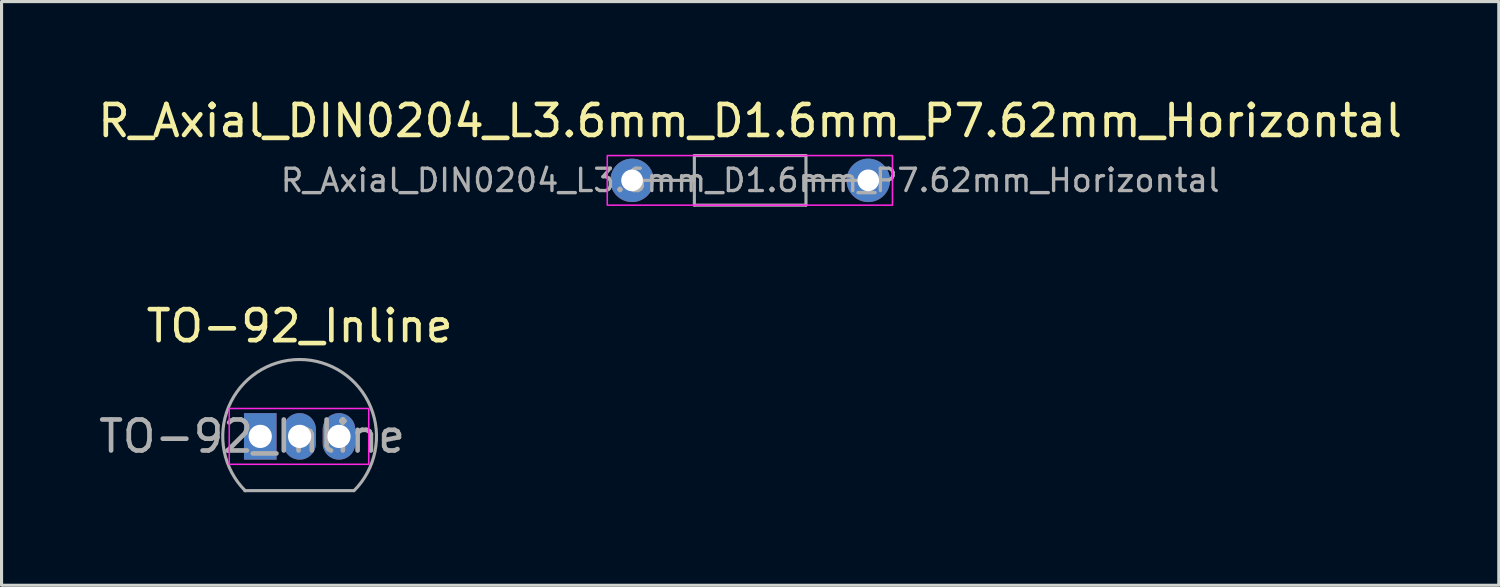
<source format=kicad_pcb>
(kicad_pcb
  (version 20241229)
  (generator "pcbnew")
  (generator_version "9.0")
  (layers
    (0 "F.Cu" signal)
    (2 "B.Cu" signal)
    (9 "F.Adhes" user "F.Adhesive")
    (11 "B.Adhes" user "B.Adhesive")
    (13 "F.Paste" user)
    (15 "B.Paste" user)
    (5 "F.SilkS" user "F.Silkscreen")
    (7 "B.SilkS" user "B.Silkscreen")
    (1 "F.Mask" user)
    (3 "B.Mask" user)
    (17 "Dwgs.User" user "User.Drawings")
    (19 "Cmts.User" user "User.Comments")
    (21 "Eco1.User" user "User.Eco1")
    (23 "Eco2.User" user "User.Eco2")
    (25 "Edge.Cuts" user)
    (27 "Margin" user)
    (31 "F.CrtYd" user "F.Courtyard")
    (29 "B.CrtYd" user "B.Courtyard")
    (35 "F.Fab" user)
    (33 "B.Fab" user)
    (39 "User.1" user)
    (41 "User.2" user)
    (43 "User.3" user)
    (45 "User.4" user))
  (footprint "R_Axial_DIN0204_L3.6mm_D1.6mm_P7.62mm_Horizontal"
    (layer "F.Cu")
    (at 17.339 2.768)
    (property "Reference" "R_Axial_DIN0204_L3.6mm_D1.6mm_P7.62mm_Horizontal" (at 3.81 -1.92 0) (layer "F.SilkS") (effects (font (size 1 1) (thickness 0.15))))
    (attr through_hole)
    (fp_rect (start -0.8 -0.8) (end 8.4 0.8) (stroke (width 0.05) (type default)) (fill no) (layer "F.CrtYd"))
    (fp_line (start 0 0) (end 2.01 0) (stroke (width 0.1) (type solid)) (layer "F.Fab"))
    (fp_line (start 2.01 -0.8) (end 2.01 0.8) (stroke (width 0.1) (type solid)) (layer "F.Fab"))
    (fp_line (start 2.01 0.8) (end 5.61 0.8) (stroke (width 0.1) (type solid)) (layer "F.Fab"))
    (fp_line (start 5.61 -0.8) (end 2.01 -0.8) (stroke (width 0.1) (type solid)) (layer "F.Fab"))
    (fp_line (start 5.61 0.8) (end 5.61 -0.8) (stroke (width 0.1) (type solid)) (layer "F.Fab"))
    (fp_line (start 7.62 0) (end 5.61 0) (stroke (width 0.1) (type solid)) (layer "F.Fab"))
    (fp_text user "${REFERENCE}" (at 3.81 0 0) (layer "F.Fab") (effects (font (size 0.72 0.72) (thickness 0.108))))
    (pad "1" thru_hole circle (at 0 0) (size 1.4 1.4) (drill 0.7) (layers "*.Cu" "*.Mask"))
    (pad "2" thru_hole oval (at 7.62 0) (size 1.4 1.4) (drill 0.7) (layers "*.Cu" "*.Mask")))
  (footprint "TO-92_Inline"
    (layer "F.Cu")
    (at 5.345 11.027)
    (property "Reference" "TO-92_Inline" (at 1.27 -3.56 180) (layer "F.SilkS") (effects (font (size 1 1) (thickness 0.15))))
    (attr through_hole)
    (fp_rect (start -1 -0.9) (end 3.5 0.9) (stroke (width 0.05) (type default)) (fill no) (layer "F.CrtYd"))
    (fp_line (start -0.5 1.75) (end 3 1.75) (stroke (width 0.1) (type solid)) (layer "F.Fab"))
    (fp_arc (start -0.483625 1.753625) (mid -1.021221 -0.949055) (end 1.27 -2.48) (stroke (width 0.1) (type solid)) (layer "F.Fab"))
    (fp_arc (start 1.27 -2.48) (mid 3.561221 -0.949055) (end 3.023625 1.753625) (stroke (width 0.1) (type solid)) (layer "F.Fab"))
    (fp_text user "${REFERENCE}" (at 4.763 0 180) (layer "F.Fab") (effects (font (size 1 1) (thickness 0.15)) (justify right)))
    (pad "1" thru_hole rect (at 0 0) (size 1.05 1.5) (drill 0.75) (layers "*.Cu" "*.Mask"))
    (pad "2" thru_hole oval (at 1.27 0) (size 1.05 1.5) (drill 0.75) (layers "*.Cu" "*.Mask"))
    (pad "3" thru_hole oval (at 2.54 0) (size 1.05 1.5) (drill 0.75) (layers "*.Cu" "*.Mask")))
  (gr_rect
    (start -3 -3)
    (end 45.298 15.83)
    (stroke (width 0.1) (type default))
    (fill no)
    (layer "Edge.Cuts")))
</source>
